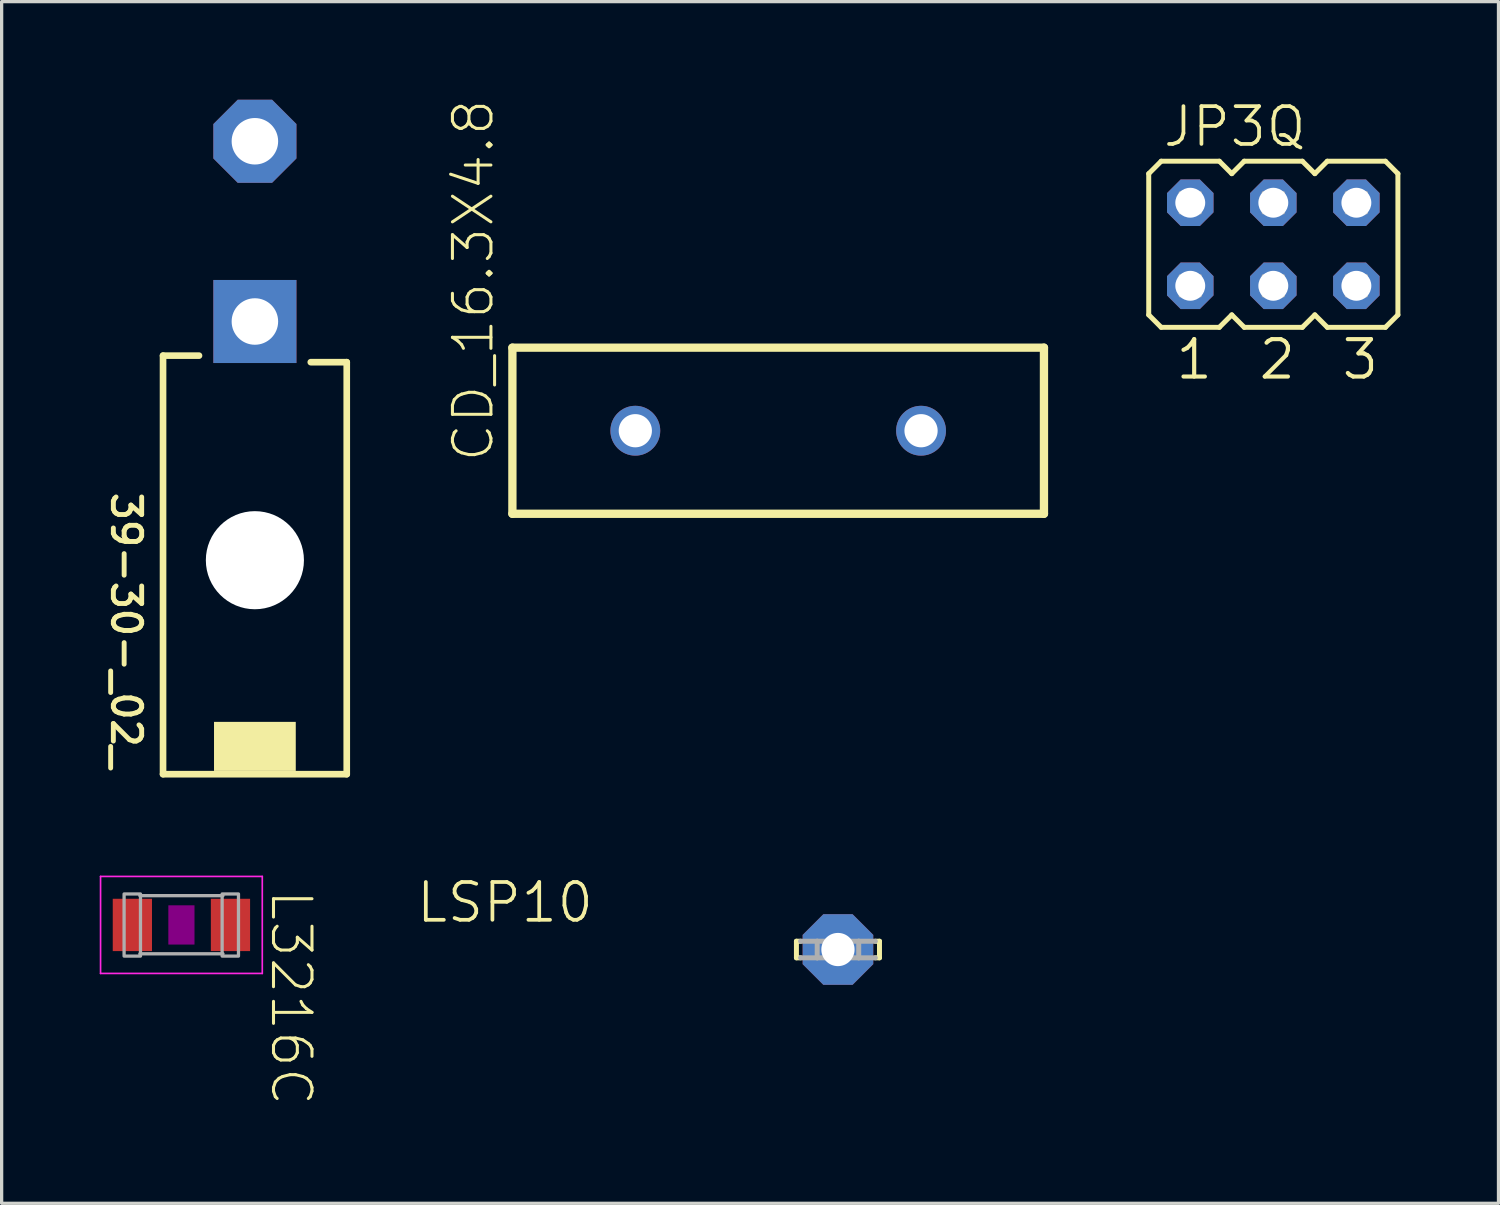
<source format=kicad_pcb>
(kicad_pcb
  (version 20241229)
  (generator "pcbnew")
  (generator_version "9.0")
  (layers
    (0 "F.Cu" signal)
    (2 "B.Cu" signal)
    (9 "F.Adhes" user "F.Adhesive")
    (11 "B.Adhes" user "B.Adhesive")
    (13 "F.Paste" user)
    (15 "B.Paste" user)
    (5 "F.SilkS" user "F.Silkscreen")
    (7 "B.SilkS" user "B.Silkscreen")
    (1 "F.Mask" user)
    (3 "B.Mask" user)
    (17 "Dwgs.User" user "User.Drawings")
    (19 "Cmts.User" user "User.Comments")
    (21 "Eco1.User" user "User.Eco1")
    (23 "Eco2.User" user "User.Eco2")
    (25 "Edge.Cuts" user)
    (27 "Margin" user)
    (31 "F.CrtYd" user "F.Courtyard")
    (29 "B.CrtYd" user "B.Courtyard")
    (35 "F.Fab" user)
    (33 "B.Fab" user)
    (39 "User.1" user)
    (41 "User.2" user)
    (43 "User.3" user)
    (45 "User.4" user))
  (footprint "39-30-_02_"
    (layer "F.Cu")
    (at 4.745 6.782)
    (property "Reference" "39-30-_02_" (at -3.429 13.754 270) (unlocked yes) (layer "F.SilkS") (effects (font (size 0.866 0.866) (thickness 0.15)) (justify right top)))
    (fp_line (start -2.809 1.044) (end -2.809 13.844) (stroke (width 0.203) (type solid)) (layer "F.SilkS"))
    (fp_line (start -2.809 13.844) (end 2.809 13.844) (stroke (width 0.203) (type solid)) (layer "F.SilkS"))
    (fp_line (start -1.709 1.044) (end -2.809 1.044) (stroke (width 0.203) (type solid)) (layer "F.SilkS"))
    (fp_line (start 2.809 1.244) (end 1.709 1.244) (stroke (width 0.203) (type solid)) (layer "F.SilkS"))
    (fp_line (start 2.809 13.844) (end 2.809 1.244) (stroke (width 0.203) (type solid)) (layer "F.SilkS"))
    (fp_poly (pts (xy -1.25 13.744) (xy 1.25 13.744) (xy 1.25 12.244) (xy -1.25 12.244)) (stroke (width 0) (type default)) (fill yes) (layer "F.SilkS"))
    (pad "" np_thru_hole circle (at 0 7.3) (size 3 3) (drill 3) (layers "*.Cu" "*.Mask"))
    (pad "1" thru_hole rect (at 0 0 90) (size 2.54 2.54) (drill 1.422) (layers "*.Cu" "*.Mask"))
    (pad "2" thru_hole roundrect (at 0 -5.512 90) (size 2.54 2.54) (drill 1.422) (layers "*.Cu" "*.Mask") (roundrect_rratio 0.25) (chamfer_ratio 0.293) (chamfer top_left top_right bottom_left bottom_right)))
  (footprint "L3216C"
    (layer "F.Cu")
    (at 2.498 25.236)
    (property "Reference" "L3216C" (at 2.667 -1.143 270) (unlocked yes) (layer "F.SilkS") (effects (font (size 1.177 1.177) (thickness 0.093)) (justify left bottom)))
    (fp_poly (pts (xy -0.4 0.6) (xy 0.4 0.6) (xy 0.4 -0.6) (xy -0.4 -0.6)) (stroke (width 0) (type default)) (fill yes) (layer "F.Adhes"))
    (fp_line (start -2.473 -1.483) (end 2.473 -1.483) (stroke (width 0.051) (type solid)) (layer "F.CrtYd"))
    (fp_line (start -2.473 1.483) (end -2.473 -1.483) (stroke (width 0.051) (type solid)) (layer "F.CrtYd"))
    (fp_line (start 2.473 -1.483) (end 2.473 1.483) (stroke (width 0.051) (type solid)) (layer "F.CrtYd"))
    (fp_line (start 2.473 1.483) (end -2.473 1.483) (stroke (width 0.051) (type solid)) (layer "F.CrtYd"))
    (fp_line (start -1.27 -0.896) (end 1.27 -0.896) (stroke (width 0.102) (type solid)) (layer "F.Fab"))
    (fp_line (start -1.27 0.883) (end 1.27 0.883) (stroke (width 0.102) (type solid)) (layer "F.Fab"))
    (fp_poly (pts (xy -1.753 0.953) (xy -1.252 0.953) (xy -1.252 -0.947) (xy -1.753 -0.947)) (stroke (width 0.1) (type default)) (fill no) (layer "F.Fab"))
    (fp_poly (pts (xy 1.245 0.953) (xy 1.745 0.953) (xy 1.745 -0.947) (xy 1.245 -0.947)) (stroke (width 0.1) (type default)) (fill no) (layer "F.Fab"))
    (pad "1" smd rect (at -1.5 0) (size 1.2 1.6) (layers "F.Cu" "F.Mask" "F.Paste"))
    (pad "2" smd rect (at 1.5 0) (size 1.2 1.6) (layers "F.Cu" "F.Mask" "F.Paste")))
  (footprint "JP3Q"
    (layer "F.Cu")
    (at 35.89 4.42)
    (property "Reference" "JP3Q" (at -3.429 -2.921 0) (unlocked yes) (layer "F.SilkS") (effects (font (size 1.156 1.156) (thickness 0.114)) (justify left bottom)))
    (fp_line (start -3.81 -2.159) (end -3.429 -2.54) (stroke (width 0.152) (type solid)) (layer "F.SilkS"))
    (fp_line (start -3.81 2.159) (end -3.81 -2.159) (stroke (width 0.152) (type solid)) (layer "F.SilkS"))
    (fp_line (start -3.81 2.159) (end -3.429 2.54) (stroke (width 0.152) (type solid)) (layer "F.SilkS"))
    (fp_line (start -3.429 -2.54) (end -1.651 -2.54) (stroke (width 0.152) (type solid)) (layer "F.SilkS"))
    (fp_line (start -3.429 2.54) (end -1.651 2.54) (stroke (width 0.152) (type solid)) (layer "F.SilkS"))
    (fp_line (start -1.651 -2.54) (end -1.27 -2.159) (stroke (width 0.152) (type solid)) (layer "F.SilkS"))
    (fp_line (start -1.27 -2.159) (end -0.889 -2.54) (stroke (width 0.152) (type solid)) (layer "F.SilkS"))
    (fp_line (start -1.27 2.159) (end -1.651 2.54) (stroke (width 0.152) (type solid)) (layer "F.SilkS"))
    (fp_line (start -1.27 2.159) (end -0.889 2.54) (stroke (width 0.152) (type solid)) (layer "F.SilkS"))
    (fp_line (start -0.889 -2.54) (end 0.889 -2.54) (stroke (width 0.152) (type solid)) (layer "F.SilkS"))
    (fp_line (start 0.889 2.54) (end -0.889 2.54) (stroke (width 0.152) (type solid)) (layer "F.SilkS"))
    (fp_line (start 1.27 -2.159) (end 0.889 -2.54) (stroke (width 0.152) (type solid)) (layer "F.SilkS"))
    (fp_line (start 1.27 -2.159) (end 1.651 -2.54) (stroke (width 0.152) (type solid)) (layer "F.SilkS"))
    (fp_line (start 1.27 2.159) (end 0.889 2.54) (stroke (width 0.152) (type solid)) (layer "F.SilkS"))
    (fp_line (start 1.27 2.159) (end 1.651 2.54) (stroke (width 0.152) (type solid)) (layer "F.SilkS"))
    (fp_line (start 1.651 -2.54) (end 3.429 -2.54) (stroke (width 0.152) (type solid)) (layer "F.SilkS"))
    (fp_line (start 3.429 2.54) (end 1.651 2.54) (stroke (width 0.152) (type solid)) (layer "F.SilkS"))
    (fp_line (start 3.429 2.54) (end 3.81 2.159) (stroke (width 0.152) (type solid)) (layer "F.SilkS"))
    (fp_line (start 3.81 -2.159) (end 3.429 -2.54) (stroke (width 0.152) (type solid)) (layer "F.SilkS"))
    (fp_line (start 3.81 -2.159) (end 3.81 2.159) (stroke (width 0.152) (type solid)) (layer "F.SilkS"))
    (fp_poly (pts (xy -2.845 -0.965) (xy -2.235 -0.965) (xy -2.235 -1.575) (xy -2.845 -1.575)) (stroke (width 0.1) (type default)) (fill no) (layer "F.Fab"))
    (fp_poly (pts (xy -2.845 1.575) (xy -2.235 1.575) (xy -2.235 0.965) (xy -2.845 0.965)) (stroke (width 0.1) (type default)) (fill no) (layer "F.Fab"))
    (fp_poly (pts (xy -0.305 -0.965) (xy 0.305 -0.965) (xy 0.305 -1.575) (xy -0.305 -1.575)) (stroke (width 0.1) (type default)) (fill no) (layer "F.Fab"))
    (fp_poly (pts (xy -0.305 1.575) (xy 0.305 1.575) (xy 0.305 0.965) (xy -0.305 0.965)) (stroke (width 0.1) (type default)) (fill no) (layer "F.Fab"))
    (fp_poly (pts (xy 2.235 -0.965) (xy 2.845 -0.965) (xy 2.845 -1.575) (xy 2.235 -1.575)) (stroke (width 0.1) (type default)) (fill no) (layer "F.Fab"))
    (fp_poly (pts (xy 2.235 1.575) (xy 2.845 1.575) (xy 2.845 0.965) (xy 2.235 0.965)) (stroke (width 0.1) (type default)) (fill no) (layer "F.Fab"))
    (fp_text user "3" (at 2.032 4.191 0) (unlocked yes) (layer "F.SilkS") (effects (font (size 1.143 1.143) (thickness 0.127)) (justify left bottom)))
    (fp_text user "1" (at -3.048 4.191 0) (unlocked yes) (layer "F.SilkS") (effects (font (size 1.143 1.143) (thickness 0.127)) (justify left bottom)))
    (fp_text user "2" (at -0.508 4.191 0) (unlocked yes) (layer "F.SilkS") (effects (font (size 1.143 1.143) (thickness 0.127)) (justify left bottom)))
    (pad "1" thru_hole roundrect (at -2.54 1.27) (size 1.422 1.422) (drill 0.914) (layers "*.Cu" "*.Mask") (roundrect_rratio 0.25) (chamfer_ratio 0.293) (chamfer top_left top_right bottom_left bottom_right))
    (pad "2" thru_hole roundrect (at -2.54 -1.27) (size 1.422 1.422) (drill 0.914) (layers "*.Cu" "*.Mask") (roundrect_rratio 0.25) (chamfer_ratio 0.293) (chamfer top_left top_right bottom_left bottom_right))
    (pad "3" thru_hole roundrect (at 0 1.27) (size 1.422 1.422) (drill 0.914) (layers "*.Cu" "*.Mask") (roundrect_rratio 0.25) (chamfer_ratio 0.293) (chamfer top_left top_right bottom_left bottom_right))
    (pad "4" thru_hole roundrect (at 0 -1.27) (size 1.422 1.422) (drill 0.914) (layers "*.Cu" "*.Mask") (roundrect_rratio 0.25) (chamfer_ratio 0.293) (chamfer top_left top_right bottom_left bottom_right))
    (pad "5" thru_hole roundrect (at 2.54 1.27) (size 1.422 1.422) (drill 0.914) (layers "*.Cu" "*.Mask") (roundrect_rratio 0.25) (chamfer_ratio 0.293) (chamfer top_left top_right bottom_left bottom_right))
    (pad "6" thru_hole roundrect (at 2.54 -1.27) (size 1.422 1.422) (drill 0.914) (layers "*.Cu" "*.Mask") (roundrect_rratio 0.25) (chamfer_ratio 0.293) (chamfer top_left top_right bottom_left bottom_right)))
  (footprint "LSP10"
    (layer "F.Cu")
    (at 22.576 25.988)
    (property "Reference" "LSP10" (at -12.954 -0.762 0) (unlocked yes) (layer "F.SilkS") (effects (font (size 1.156 1.156) (thickness 0.114)) (justify left bottom)))
    (fp_line (start -1.27 -0.254) (end -1.27 0.254) (stroke (width 0.152) (type solid)) (layer "F.SilkS"))
    (fp_line (start -1.27 -0.254) (end -1.143 -0.254) (stroke (width 0.152) (type solid)) (layer "F.SilkS"))
    (fp_line (start -1.27 0.254) (end -1.143 0.254) (stroke (width 0.152) (type solid)) (layer "F.SilkS"))
    (fp_line (start 1.27 -0.254) (end 1.143 -0.254) (stroke (width 0.152) (type solid)) (layer "F.SilkS"))
    (fp_line (start 1.27 -0.254) (end 1.27 0.254) (stroke (width 0.152) (type solid)) (layer "F.SilkS"))
    (fp_line (start 1.27 0.254) (end 1.143 0.254) (stroke (width 0.152) (type solid)) (layer "F.SilkS"))
    (fp_line (start -1.143 0.254) (end -0.635 0.254) (stroke (width 0.152) (type solid)) (layer "F.Fab"))
    (fp_line (start -0.635 -0.254) (end -1.143 -0.254) (stroke (width 0.152) (type solid)) (layer "F.Fab"))
    (fp_line (start -0.635 -0.254) (end -0.635 0.254) (stroke (width 0.152) (type solid)) (layer "F.Fab"))
    (fp_line (start -0.635 0.254) (end 0.635 0.254) (stroke (width 0.152) (type solid)) (layer "F.Fab"))
    (fp_line (start 0.635 -0.254) (end -0.635 -0.254) (stroke (width 0.152) (type solid)) (layer "F.Fab"))
    (fp_line (start 0.635 -0.254) (end 0.635 0.254) (stroke (width 0.152) (type solid)) (layer "F.Fab"))
    (fp_line (start 0.635 0.254) (end 1.143 0.254) (stroke (width 0.152) (type solid)) (layer "F.Fab"))
    (fp_line (start 1.143 -0.254) (end 0.635 -0.254) (stroke (width 0.152) (type solid)) (layer "F.Fab"))
    (pad "MP" thru_hole roundrect (at 0 0) (size 2.159 2.159) (drill 1.016) (layers "*.Cu" "*.Mask") (roundrect_rratio 0.25) (chamfer_ratio 0.293) (chamfer top_left top_right bottom_left bottom_right)))
  (footprint "CD_16.3X4.8"
    (layer "F.Cu")
    (at 20.748 10.122)
    (property "Reference" "CD_16.3X4.8" (at -8.636 1.016 90) (unlocked yes) (layer "F.SilkS") (effects (font (size 1.177 1.177) (thickness 0.093)) (justify left bottom)))
    (fp_line (start -8.128 -2.54) (end 8.128 -2.54) (stroke (width 0.254) (type solid)) (layer "F.SilkS"))
    (fp_line (start -8.128 2.54) (end -8.128 -2.54) (stroke (width 0.254) (type solid)) (layer "F.SilkS"))
    (fp_line (start 8.128 -2.54) (end 8.128 2.54) (stroke (width 0.254) (type solid)) (layer "F.SilkS"))
    (fp_line (start 8.128 2.54) (end -8.128 2.54) (stroke (width 0.254) (type solid)) (layer "F.SilkS"))
    (pad "1" thru_hole circle (at -4.369 0) (size 1.524 1.524) (drill 1.016) (layers "*.Cu" "*.Mask"))
    (pad "2" thru_hole circle (at 4.369 0) (size 1.524 1.524) (drill 1.016) (layers "*.Cu" "*.Mask")))
  (gr_rect
    (start -3 -3)
    (end 42.776 33.749)
    (stroke (width 0.1) (type default))
    (fill no)
    (layer "Edge.Cuts")))
</source>
